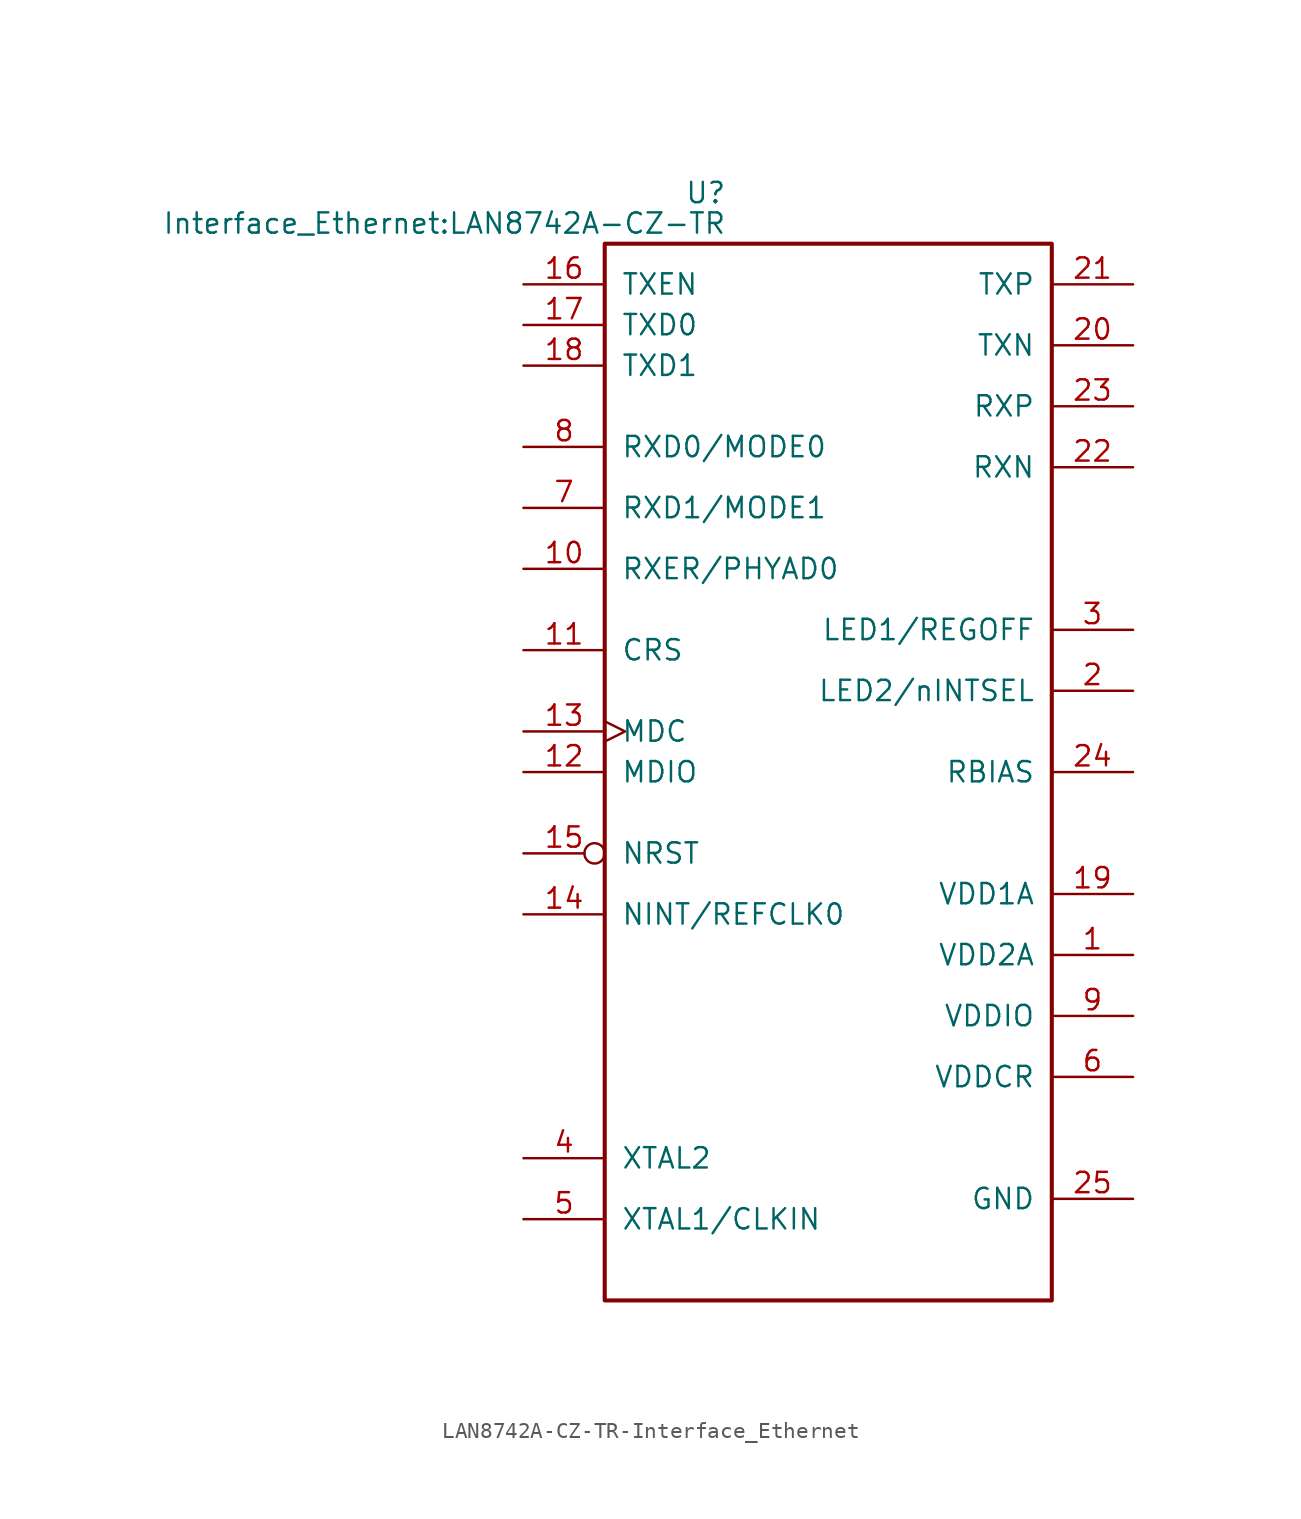
<source format=kicad_sym>
(kicad_symbol_lib
  (version 20231120)
  (generator "kicad_symbol_editor")
  (generator_version "8.0")
  (symbol "LAN8742A-CZ-TR-Interface_Ethernet"
    (pin_names
      (offset 1.016))
    (property "Reference" "U"
      (at -7.62 28.575 0)
      (effects (font (size 1.27 1.27)) (justify right)))
    (property "Value" "Interface_Ethernet:LAN8742A-CZ-TR"
      (at -7.62 26.67 0)
      (effects (font (size 1.27 1.27)) (justify right)))
    (symbol "LAN8742A-CZ-TR-Interface_Ethernet_0_1"
      (rectangle (start -15.24 25.4) (end 12.7 -40.64) (stroke (width 0.254) (type solid)) (fill (type none))))
    (symbol "LAN8742A-CZ-TR-Interface_Ethernet_1_1"
      (pin power_in line (at 17.78 -19.05 180) (length 5.08) (name "VDD2A" (effects (font (size 1.27 1.27)))) (number "1" (effects (font (size 1.27 1.27)))))
      (pin output line (at -20.32 5.08 0) (length 5.08) (name "RXER/PHYAD0" (effects (font (size 1.27 1.27)))) (number "10" (effects (font (size 1.27 1.27)))))
      (pin bidirectional line (at -20.32 0 0) (length 5.08) (name "CRS" (effects (font (size 1.27 1.27)))) (number "11" (effects (font (size 1.27 1.27)))))
      (pin bidirectional line (at -20.32 -7.62 0) (length 5.08) (name "MDIO" (effects (font (size 1.27 1.27)))) (number "12" (effects (font (size 1.27 1.27)))))
      (pin input clock (at -20.32 -5.08 0) (length 5.08) (name "MDC" (effects (font (size 1.27 1.27)))) (number "13" (effects (font (size 1.27 1.27)))))
      (pin output line (at -20.32 -16.51 0) (length 5.08) (name "NINT/REFCLK0" (effects (font (size 1.27 1.27)))) (number "14" (effects (font (size 1.27 1.27)))))
      (pin input inverted (at -20.32 -12.7 0) (length 5.08) (name "NRST" (effects (font (size 1.27 1.27)))) (number "15" (effects (font (size 1.27 1.27)))))
      (pin input line (at -20.32 22.86 0) (length 5.08) (name "TXEN" (effects (font (size 1.27 1.27)))) (number "16" (effects (font (size 1.27 1.27)))))
      (pin input line (at -20.32 20.32 0) (length 5.08) (name "TXD0" (effects (font (size 1.27 1.27)))) (number "17" (effects (font (size 1.27 1.27)))))
      (pin input line (at -20.32 17.78 0) (length 5.08) (name "TXD1" (effects (font (size 1.27 1.27)))) (number "18" (effects (font (size 1.27 1.27)))))
      (pin power_in line (at 17.78 -15.24 180) (length 5.08) (name "VDD1A" (effects (font (size 1.27 1.27)))) (number "19" (effects (font (size 1.27 1.27)))))
      (pin bidirectional line (at 17.78 -2.54 180) (length 5.08) (name "LED2/nINTSEL" (effects (font (size 1.27 1.27)))) (number "2" (effects (font (size 1.27 1.27)))))
      (pin output line (at 17.78 19.05 180) (length 5.08) (name "TXN" (effects (font (size 1.27 1.27)))) (number "20" (effects (font (size 1.27 1.27)))))
      (pin output line (at 17.78 22.86 180) (length 5.08) (name "TXP" (effects (font (size 1.27 1.27)))) (number "21" (effects (font (size 1.27 1.27)))))
      (pin output line (at 17.78 11.43 180) (length 5.08) (name "RXN" (effects (font (size 1.27 1.27)))) (number "22" (effects (font (size 1.27 1.27)))))
      (pin output line (at 17.78 15.24 180) (length 5.08) (name "RXP" (effects (font (size 1.27 1.27)))) (number "23" (effects (font (size 1.27 1.27)))))
      (pin input line (at 17.78 -7.62 180) (length 5.08) (name "RBIAS" (effects (font (size 1.27 1.27)))) (number "24" (effects (font (size 1.27 1.27)))))
      (pin power_in line (at 17.78 -34.29 180) (length 5.08) (name "GND" (effects (font (size 1.27 1.27)))) (number "25" (effects (font (size 1.27 1.27)))))
      (pin bidirectional line (at 17.78 1.27 180) (length 5.08) (name "LED1/REGOFF" (effects (font (size 1.27 1.27)))) (number "3" (effects (font (size 1.27 1.27)))))
      (pin passive line (at -20.32 -31.75 0) (length 5.08) (name "XTAL2" (effects (font (size 1.27 1.27)))) (number "4" (effects (font (size 1.27 1.27)))))
      (pin passive line (at -20.32 -35.56 0) (length 5.08) (name "XTAL1/CLKIN" (effects (font (size 1.27 1.27)))) (number "5" (effects (font (size 1.27 1.27)))))
      (pin power_in line (at 17.78 -26.67 180) (length 5.08) (name "VDDCR" (effects (font (size 1.27 1.27)))) (number "6" (effects (font (size 1.27 1.27)))))
      (pin output line (at -20.32 8.89 0) (length 5.08) (name "RXD1/MODE1" (effects (font (size 1.27 1.27)))) (number "7" (effects (font (size 1.27 1.27)))))
      (pin output line (at -20.32 12.7 0) (length 5.08) (name "RXD0/MODE0" (effects (font (size 1.27 1.27)))) (number "8" (effects (font (size 1.27 1.27)))))
      (pin power_in line (at 17.78 -22.86 180) (length 5.08) (name "VDDIO" (effects (font (size 1.27 1.27)))) (number "9" (effects (font (size 1.27 1.27))))))))
</source>
